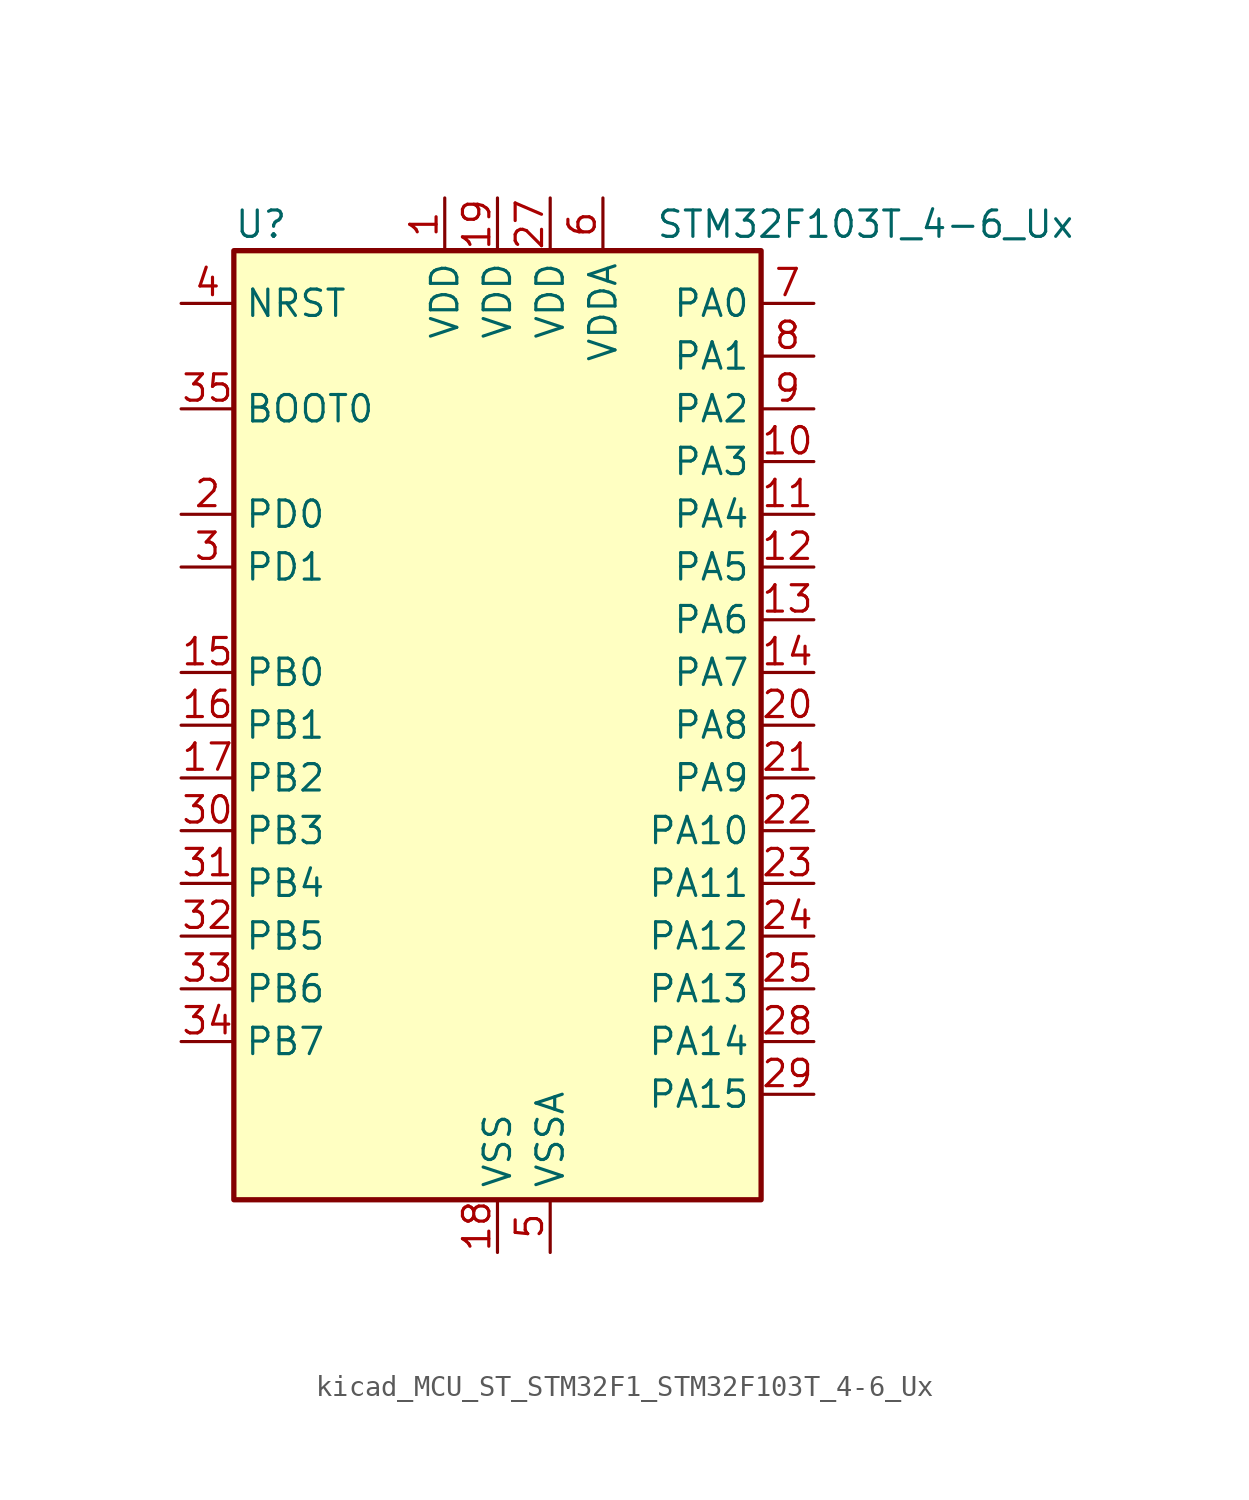
<source format=kicad_sym>
(kicad_symbol_lib
  (version 20220914)
  (generator kicad_symbol_editor)
  (symbol "kicad_MCU_ST_STM32F1_STM32F103T_4-6_Ux"
    (property "Reference" "U"
      (at -12.7 24.13 0)
      (effects (font (size 1.27 1.27)) (justify left)))
    (property "Value" "STM32F103T_4-6_Ux"
      (at 7.62 24.13 0)
      (effects (font (size 1.27 1.27)) (justify left)))
    (property "ki_locked" ""
      (at 0 0 0)
      (effects (font (size 1.27 1.27))))
    (symbol "kicad_MCU_ST_STM32F1_STM32F103T_4-6_Ux_0_1"
      (rectangle (start -12.7 -22.86) (end 12.7 22.86) (stroke (width 0.254) (type default)) (fill (type background))))
    (symbol "kicad_MCU_ST_STM32F1_STM32F103T_4-6_Ux_1_1"
      (pin power_in line (at -2.54 25.4 270) (length 2.54) (name "VDD" (effects (font (size 1.27 1.27)))) (number "1" (effects (font (size 1.27 1.27)))))
      (pin bidirectional line (at 15.24 12.7 180) (length 2.54) (name "PA3" (effects (font (size 1.27 1.27)))) (number "10" (effects (font (size 1.27 1.27)))) (alternate "ADC1_IN3" bidirectional line) (alternate "ADC2_IN3" bidirectional line) (alternate "TIM2_CH4" bidirectional line) (alternate "USART2_RX" bidirectional line))
      (pin bidirectional line (at 15.24 10.16 180) (length 2.54) (name "PA4" (effects (font (size 1.27 1.27)))) (number "11" (effects (font (size 1.27 1.27)))) (alternate "ADC1_IN4" bidirectional line) (alternate "ADC2_IN4" bidirectional line) (alternate "SPI1_NSS" bidirectional line) (alternate "USART2_CK" bidirectional line))
      (pin bidirectional line (at 15.24 7.62 180) (length 2.54) (name "PA5" (effects (font (size 1.27 1.27)))) (number "12" (effects (font (size 1.27 1.27)))) (alternate "ADC1_IN5" bidirectional line) (alternate "ADC2_IN5" bidirectional line) (alternate "SPI1_SCK" bidirectional line))
      (pin bidirectional line (at 15.24 5.08 180) (length 2.54) (name "PA6" (effects (font (size 1.27 1.27)))) (number "13" (effects (font (size 1.27 1.27)))) (alternate "ADC1_IN6" bidirectional line) (alternate "ADC2_IN6" bidirectional line) (alternate "SPI1_MISO" bidirectional line) (alternate "TIM1_BKIN" bidirectional line) (alternate "TIM3_CH1" bidirectional line))
      (pin bidirectional line (at 15.24 2.54 180) (length 2.54) (name "PA7" (effects (font (size 1.27 1.27)))) (number "14" (effects (font (size 1.27 1.27)))) (alternate "ADC1_IN7" bidirectional line) (alternate "ADC2_IN7" bidirectional line) (alternate "SPI1_MOSI" bidirectional line) (alternate "TIM1_CH1N" bidirectional line) (alternate "TIM3_CH2" bidirectional line))
      (pin bidirectional line (at -15.24 2.54 0) (length 2.54) (name "PB0" (effects (font (size 1.27 1.27)))) (number "15" (effects (font (size 1.27 1.27)))) (alternate "ADC1_IN8" bidirectional line) (alternate "ADC2_IN8" bidirectional line) (alternate "TIM1_CH2N" bidirectional line) (alternate "TIM3_CH3" bidirectional line))
      (pin bidirectional line (at -15.24 0 0) (length 2.54) (name "PB1" (effects (font (size 1.27 1.27)))) (number "16" (effects (font (size 1.27 1.27)))) (alternate "ADC1_IN9" bidirectional line) (alternate "ADC2_IN9" bidirectional line) (alternate "TIM1_CH3N" bidirectional line) (alternate "TIM3_CH4" bidirectional line))
      (pin bidirectional line (at -15.24 -2.54 0) (length 2.54) (name "PB2" (effects (font (size 1.27 1.27)))) (number "17" (effects (font (size 1.27 1.27)))))
      (pin power_in line (at 0 -25.4 90) (length 2.54) (name "VSS" (effects (font (size 1.27 1.27)))) (number "18" (effects (font (size 1.27 1.27)))))
      (pin power_in line (at 0 25.4 270) (length 2.54) (name "VDD" (effects (font (size 1.27 1.27)))) (number "19" (effects (font (size 1.27 1.27)))))
      (pin bidirectional line (at -15.24 10.16 0) (length 2.54) (name "PD0" (effects (font (size 1.27 1.27)))) (number "2" (effects (font (size 1.27 1.27)))) (alternate "RCC_OSC_IN" bidirectional line))
      (pin bidirectional line (at 15.24 0 180) (length 2.54) (name "PA8" (effects (font (size 1.27 1.27)))) (number "20" (effects (font (size 1.27 1.27)))) (alternate "RCC_MCO" bidirectional line) (alternate "TIM1_CH1" bidirectional line) (alternate "USART1_CK" bidirectional line))
      (pin bidirectional line (at 15.24 -2.54 180) (length 2.54) (name "PA9" (effects (font (size 1.27 1.27)))) (number "21" (effects (font (size 1.27 1.27)))) (alternate "TIM1_CH2" bidirectional line) (alternate "USART1_TX" bidirectional line))
      (pin bidirectional line (at 15.24 -5.08 180) (length 2.54) (name "PA10" (effects (font (size 1.27 1.27)))) (number "22" (effects (font (size 1.27 1.27)))) (alternate "TIM1_CH3" bidirectional line) (alternate "USART1_RX" bidirectional line))
      (pin bidirectional line (at 15.24 -7.62 180) (length 2.54) (name "PA11" (effects (font (size 1.27 1.27)))) (number "23" (effects (font (size 1.27 1.27)))) (alternate "ADC1_EXTI11" bidirectional line) (alternate "ADC2_EXTI11" bidirectional line) (alternate "CAN_RX" bidirectional line) (alternate "TIM1_CH4" bidirectional line) (alternate "USART1_CTS" bidirectional line) (alternate "USB_DM" bidirectional line))
      (pin bidirectional line (at 15.24 -10.16 180) (length 2.54) (name "PA12" (effects (font (size 1.27 1.27)))) (number "24" (effects (font (size 1.27 1.27)))) (alternate "CAN_TX" bidirectional line) (alternate "TIM1_ETR" bidirectional line) (alternate "USART1_RTS" bidirectional line) (alternate "USB_DP" bidirectional line))
      (pin bidirectional line (at 15.24 -12.7 180) (length 2.54) (name "PA13" (effects (font (size 1.27 1.27)))) (number "25" (effects (font (size 1.27 1.27)))) (alternate "SYS_JTMS-SWDIO" bidirectional line))
      (pin passive line (at 0 -25.4 90) (length 2.54) hide (name "VSS" (effects (font (size 1.27 1.27)))) (number "26" (effects (font (size 1.27 1.27)))))
      (pin power_in line (at 2.54 25.4 270) (length 2.54) (name "VDD" (effects (font (size 1.27 1.27)))) (number "27" (effects (font (size 1.27 1.27)))))
      (pin bidirectional line (at 15.24 -15.24 180) (length 2.54) (name "PA14" (effects (font (size 1.27 1.27)))) (number "28" (effects (font (size 1.27 1.27)))) (alternate "SYS_JTCK-SWCLK" bidirectional line))
      (pin bidirectional line (at 15.24 -17.78 180) (length 2.54) (name "PA15" (effects (font (size 1.27 1.27)))) (number "29" (effects (font (size 1.27 1.27)))) (alternate "ADC1_EXTI15" bidirectional line) (alternate "ADC2_EXTI15" bidirectional line) (alternate "SPI1_NSS" bidirectional line) (alternate "SYS_JTDI" bidirectional line) (alternate "TIM2_CH1" bidirectional line) (alternate "TIM2_ETR" bidirectional line))
      (pin bidirectional line (at -15.24 7.62 0) (length 2.54) (name "PD1" (effects (font (size 1.27 1.27)))) (number "3" (effects (font (size 1.27 1.27)))) (alternate "RCC_OSC_OUT" bidirectional line))
      (pin bidirectional line (at -15.24 -5.08 0) (length 2.54) (name "PB3" (effects (font (size 1.27 1.27)))) (number "30" (effects (font (size 1.27 1.27)))) (alternate "SPI1_SCK" bidirectional line) (alternate "SYS_JTDO-TRACESWO" bidirectional line) (alternate "TIM2_CH2" bidirectional line))
      (pin bidirectional line (at -15.24 -7.62 0) (length 2.54) (name "PB4" (effects (font (size 1.27 1.27)))) (number "31" (effects (font (size 1.27 1.27)))) (alternate "SPI1_MISO" bidirectional line) (alternate "SYS_NJTRST" bidirectional line) (alternate "TIM3_CH1" bidirectional line))
      (pin bidirectional line (at -15.24 -10.16 0) (length 2.54) (name "PB5" (effects (font (size 1.27 1.27)))) (number "32" (effects (font (size 1.27 1.27)))) (alternate "I2C1_SMBA" bidirectional line) (alternate "SPI1_MOSI" bidirectional line) (alternate "TIM3_CH2" bidirectional line))
      (pin bidirectional line (at -15.24 -12.7 0) (length 2.54) (name "PB6" (effects (font (size 1.27 1.27)))) (number "33" (effects (font (size 1.27 1.27)))) (alternate "I2C1_SCL" bidirectional line) (alternate "USART1_TX" bidirectional line))
      (pin bidirectional line (at -15.24 -15.24 0) (length 2.54) (name "PB7" (effects (font (size 1.27 1.27)))) (number "34" (effects (font (size 1.27 1.27)))) (alternate "I2C1_SDA" bidirectional line) (alternate "USART1_RX" bidirectional line))
      (pin input line (at -15.24 15.24 0) (length 2.54) (name "BOOT0" (effects (font (size 1.27 1.27)))) (number "35" (effects (font (size 1.27 1.27)))))
      (pin passive line (at 0 -25.4 90) (length 2.54) hide (name "VSS" (effects (font (size 1.27 1.27)))) (number "36" (effects (font (size 1.27 1.27)))))
      (pin passive line (at 0 -25.4 90) (length 2.54) hide (name "VSS" (effects (font (size 1.27 1.27)))) (number "37" (effects (font (size 1.27 1.27)))))
      (pin input line (at -15.24 20.32 0) (length 2.54) (name "NRST" (effects (font (size 1.27 1.27)))) (number "4" (effects (font (size 1.27 1.27)))))
      (pin power_in line (at 2.54 -25.4 90) (length 2.54) (name "VSSA" (effects (font (size 1.27 1.27)))) (number "5" (effects (font (size 1.27 1.27)))))
      (pin power_in line (at 5.08 25.4 270) (length 2.54) (name "VDDA" (effects (font (size 1.27 1.27)))) (number "6" (effects (font (size 1.27 1.27)))))
      (pin bidirectional line (at 15.24 20.32 180) (length 2.54) (name "PA0" (effects (font (size 1.27 1.27)))) (number "7" (effects (font (size 1.27 1.27)))) (alternate "ADC1_IN0" bidirectional line) (alternate "ADC2_IN0" bidirectional line) (alternate "SYS_WKUP" bidirectional line) (alternate "TIM2_CH1" bidirectional line) (alternate "TIM2_ETR" bidirectional line) (alternate "USART2_CTS" bidirectional line))
      (pin bidirectional line (at 15.24 17.78 180) (length 2.54) (name "PA1" (effects (font (size 1.27 1.27)))) (number "8" (effects (font (size 1.27 1.27)))) (alternate "ADC1_IN1" bidirectional line) (alternate "ADC2_IN1" bidirectional line) (alternate "TIM2_CH2" bidirectional line) (alternate "USART2_RTS" bidirectional line))
      (pin bidirectional line (at 15.24 15.24 180) (length 2.54) (name "PA2" (effects (font (size 1.27 1.27)))) (number "9" (effects (font (size 1.27 1.27)))) (alternate "ADC1_IN2" bidirectional line) (alternate "ADC2_IN2" bidirectional line) (alternate "TIM2_CH3" bidirectional line) (alternate "USART2_TX" bidirectional line)))))
</source>
